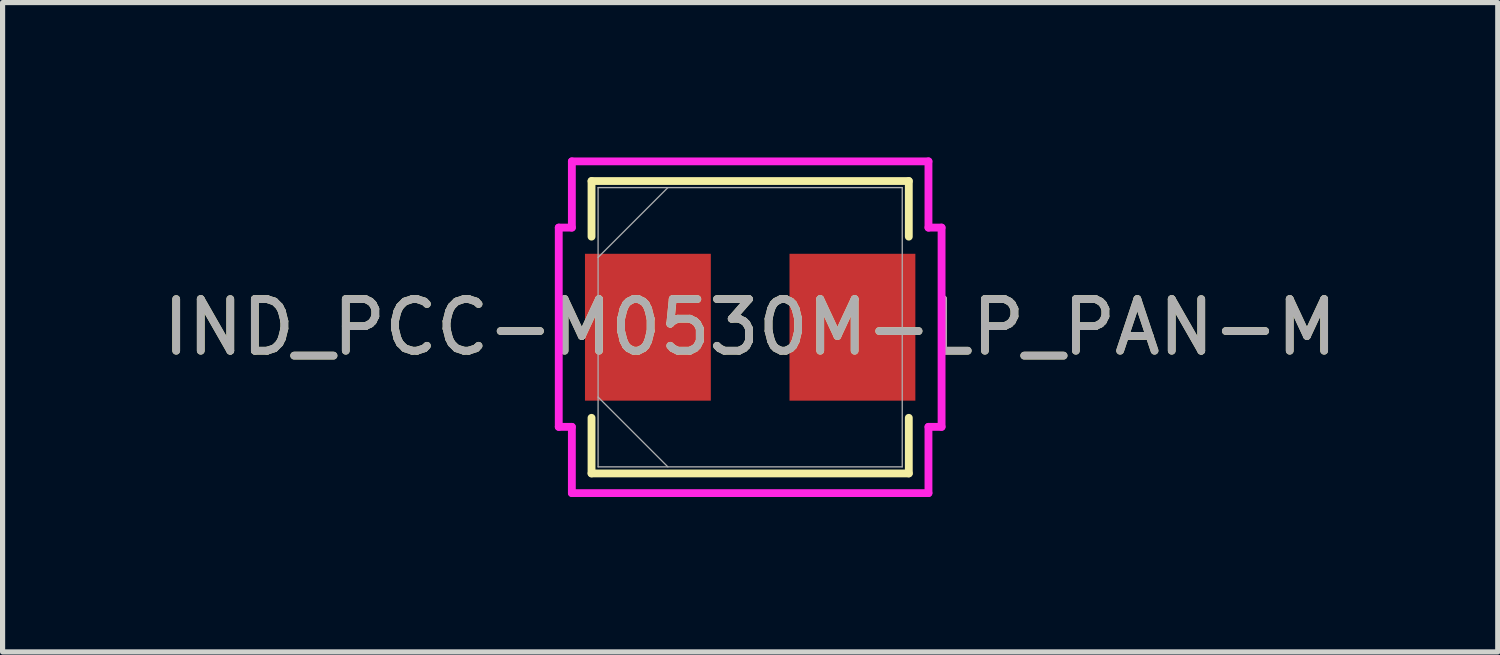
<source format=kicad_pcb>
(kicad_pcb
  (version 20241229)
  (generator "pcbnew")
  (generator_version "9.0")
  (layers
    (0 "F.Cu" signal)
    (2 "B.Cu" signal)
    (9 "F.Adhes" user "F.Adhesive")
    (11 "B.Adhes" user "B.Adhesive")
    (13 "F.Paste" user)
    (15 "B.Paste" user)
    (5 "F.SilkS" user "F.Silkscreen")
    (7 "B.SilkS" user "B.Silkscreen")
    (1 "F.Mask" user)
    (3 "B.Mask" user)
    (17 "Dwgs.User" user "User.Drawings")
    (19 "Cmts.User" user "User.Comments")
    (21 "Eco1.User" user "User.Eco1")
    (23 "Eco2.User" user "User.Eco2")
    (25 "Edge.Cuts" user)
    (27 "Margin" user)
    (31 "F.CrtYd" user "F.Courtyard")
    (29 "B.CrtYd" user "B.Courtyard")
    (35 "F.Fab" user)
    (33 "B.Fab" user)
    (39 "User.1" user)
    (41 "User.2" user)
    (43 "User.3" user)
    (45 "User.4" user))
  (footprint "IND_PCC-M0530M-LP_PAN-M"
    (layer "F.Cu")
    (at 11.482 3.289)
    (property "Reference" "IND_PCC-M0530M-LP_PAN-M" (at 0 0 0) (unlocked yes) (layer "F.SilkS") (effects (font (size 1 1) (thickness 0.15))))
    (attr smd)
    (fp_line (start -3.073 -2.832) (end -3.073 -1.755) (stroke (width 0.152) (type solid)) (layer "F.SilkS"))
    (fp_line (start -3.073 1.755) (end -3.073 2.832) (stroke (width 0.152) (type solid)) (layer "F.SilkS"))
    (fp_line (start -3.073 2.832) (end 3.073 2.832) (stroke (width 0.152) (type solid)) (layer "F.SilkS"))
    (fp_line (start 3.073 -2.832) (end -3.073 -2.832) (stroke (width 0.152) (type solid)) (layer "F.SilkS"))
    (fp_line (start 3.073 -1.755) (end 3.073 -2.832) (stroke (width 0.152) (type solid)) (layer "F.SilkS"))
    (fp_line (start 3.073 2.832) (end 3.073 1.755) (stroke (width 0.152) (type solid)) (layer "F.SilkS"))
    (fp_line (start -3.708 -1.93) (end -3.454 -1.93) (stroke (width 0.152) (type solid)) (layer "F.CrtYd"))
    (fp_line (start -3.708 1.93) (end -3.708 -1.93) (stroke (width 0.152) (type solid)) (layer "F.CrtYd"))
    (fp_line (start -3.454 -3.213) (end 3.454 -3.213) (stroke (width 0.152) (type solid)) (layer "F.CrtYd"))
    (fp_line (start -3.454 -1.93) (end -3.454 -3.213) (stroke (width 0.152) (type solid)) (layer "F.CrtYd"))
    (fp_line (start -3.454 1.93) (end -3.708 1.93) (stroke (width 0.152) (type solid)) (layer "F.CrtYd"))
    (fp_line (start -3.454 1.93) (end -3.454 3.213) (stroke (width 0.152) (type solid)) (layer "F.CrtYd"))
    (fp_line (start -3.454 3.213) (end 3.454 3.213) (stroke (width 0.152) (type solid)) (layer "F.CrtYd"))
    (fp_line (start 3.454 -3.213) (end 3.454 -1.93) (stroke (width 0.152) (type solid)) (layer "F.CrtYd"))
    (fp_line (start 3.454 -1.93) (end 3.708 -1.93) (stroke (width 0.152) (type solid)) (layer "F.CrtYd"))
    (fp_line (start 3.454 1.93) (end 3.708 1.93) (stroke (width 0.152) (type solid)) (layer "F.CrtYd"))
    (fp_line (start 3.454 3.213) (end 3.454 1.93) (stroke (width 0.152) (type solid)) (layer "F.CrtYd"))
    (fp_line (start 3.708 -1.93) (end 3.708 1.93) (stroke (width 0.152) (type solid)) (layer "F.CrtYd"))
    (fp_line (start -2.946 -2.705) (end -2.946 2.705) (stroke (width 0.025) (type solid)) (layer "F.Fab"))
    (fp_line (start -2.946 -1.353) (end -1.594 -2.705) (stroke (width 0.025) (type solid)) (layer "F.Fab"))
    (fp_line (start -2.946 1.353) (end -1.594 2.705) (stroke (width 0.025) (type solid)) (layer "F.Fab"))
    (fp_line (start -2.946 2.705) (end 2.946 2.705) (stroke (width 0.025) (type solid)) (layer "F.Fab"))
    (fp_line (start 2.946 -2.705) (end -2.946 -2.705) (stroke (width 0.025) (type solid)) (layer "F.Fab"))
    (fp_line (start 2.946 2.705) (end 2.946 -2.705) (stroke (width 0.025) (type solid)) (layer "F.Fab"))
    (fp_text user "${REFERENCE}" (at 0 0 0) (unlocked yes) (layer "F.Fab") (effects (font (size 1 1) (thickness 0.15))))
    (pad "1" smd rect (at -1.981 0 90) (size 2.845 2.438) (layers "F.Cu" "F.Mask" "F.Paste"))
    (pad "2" smd rect (at 1.981 0 90) (size 2.845 2.438) (layers "F.Cu" "F.Mask" "F.Paste")))
  (gr_rect
    (start -3 -3)
    (end 25.964 9.579)
    (stroke (width 0.1) (type default))
    (fill no)
    (layer "Edge.Cuts")))
</source>
